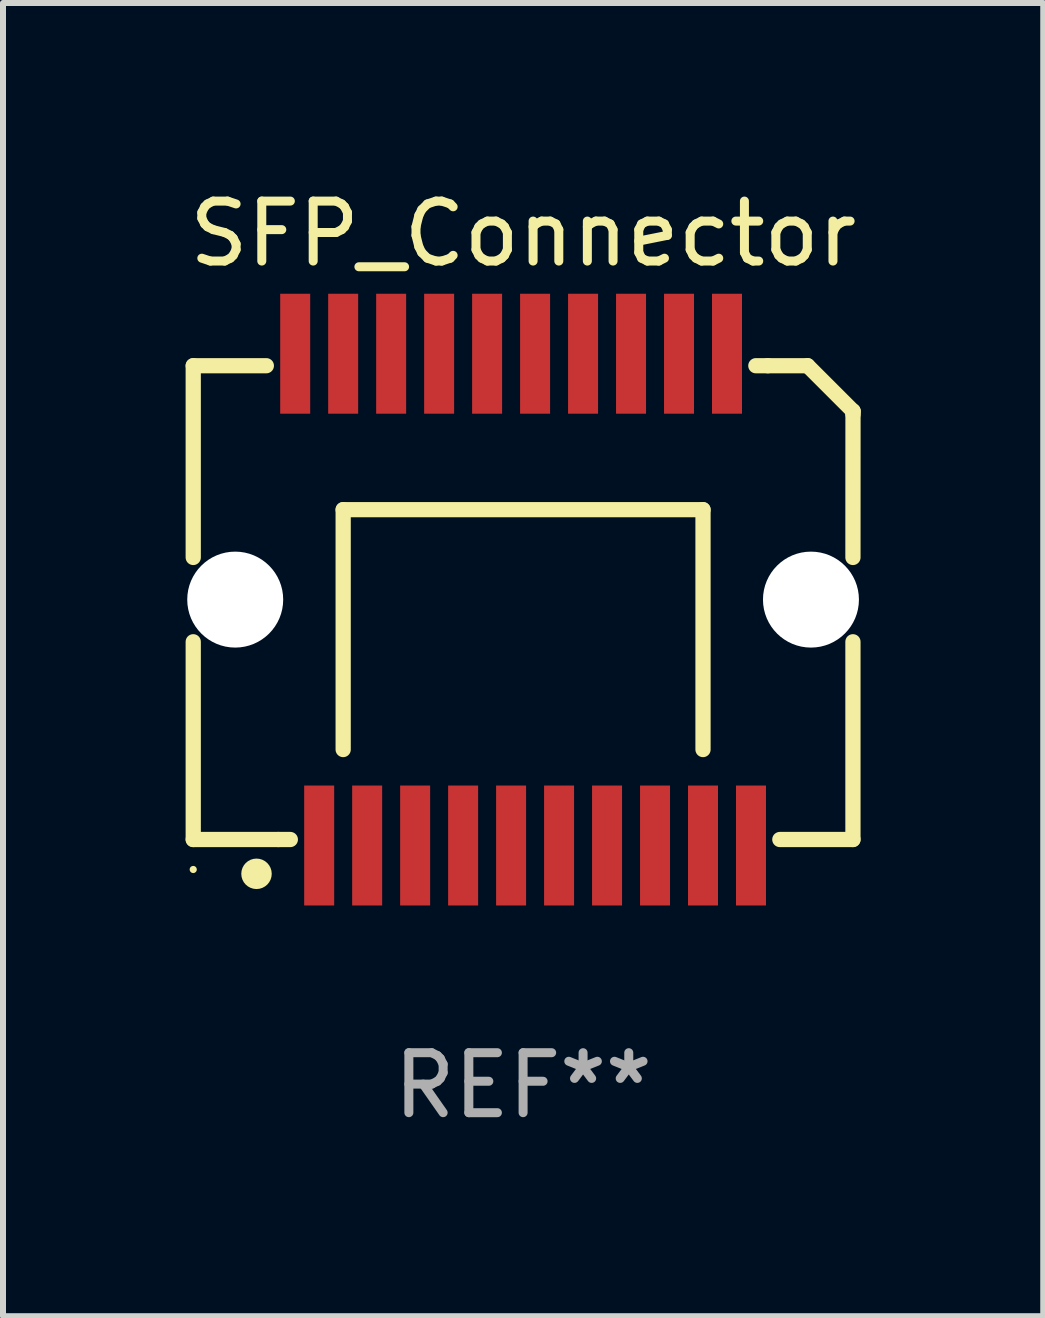
<source format=kicad_pcb>
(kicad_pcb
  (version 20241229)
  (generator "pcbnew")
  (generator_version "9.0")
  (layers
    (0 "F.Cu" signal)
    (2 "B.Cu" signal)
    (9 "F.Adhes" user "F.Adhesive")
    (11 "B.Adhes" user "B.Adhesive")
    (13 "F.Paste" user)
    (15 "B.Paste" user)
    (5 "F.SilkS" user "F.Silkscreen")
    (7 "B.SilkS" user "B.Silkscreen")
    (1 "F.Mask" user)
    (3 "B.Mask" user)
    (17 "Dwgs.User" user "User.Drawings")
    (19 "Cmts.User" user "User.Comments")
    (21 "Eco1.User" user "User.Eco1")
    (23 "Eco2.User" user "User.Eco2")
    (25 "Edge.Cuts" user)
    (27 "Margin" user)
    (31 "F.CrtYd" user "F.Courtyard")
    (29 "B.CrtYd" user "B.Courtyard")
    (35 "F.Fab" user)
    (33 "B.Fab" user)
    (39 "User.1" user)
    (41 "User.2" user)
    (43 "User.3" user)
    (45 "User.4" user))
  (footprint "SFP_Connector"
    (layer "F.Cu")
    (at 5.672 6.948)
    (property "Reference" "SFP_Connector" (at 0.000216 -6.1 0) (layer "F.SilkS") (effects (font (size 1 1) (thickness 0.15))))
    (attr through_hole)
    (fp_line (start -5.5 -3.9) (end -5.5 -0.703) (stroke (width 0.254) (type solid)) (layer "F.SilkS"))
    (fp_line (start -5.5 -3.9) (end -4.281 -3.9) (stroke (width 0.254) (type solid)) (layer "F.SilkS"))
    (fp_line (start -5.5 0.703) (end -5.5 4) (stroke (width 0.254) (type solid)) (layer "F.SilkS"))
    (fp_line (start -5.5 4) (end -4.081 4) (stroke (width 0.254) (type solid)) (layer "F.SilkS"))
    (fp_line (start -3.881 4) (end -4.081 4) (stroke (width 0.254) (type solid)) (layer "F.SilkS"))
    (fp_line (start -3 -1.5) (end 3 -1.5) (stroke (width 0.254) (type solid)) (layer "F.SilkS"))
    (fp_line (start -3 2.5) (end -3 -1.5) (stroke (width 0.254) (type solid)) (layer "F.SilkS"))
    (fp_line (start 3 -1.5) (end 3 2.5) (stroke (width 0.254) (type solid)) (layer "F.SilkS"))
    (fp_line (start 3.881 -3.9) (end 4.081 -3.9) (stroke (width 0.254) (type solid)) (layer "F.SilkS"))
    (fp_line (start 4.081 -3.9) (end 4.744 -3.9) (stroke (width 0.254) (type solid)) (layer "F.SilkS"))
    (fp_line (start 4.744 -3.901) (end 5.501 -3.144) (stroke (width 0.254) (type solid)) (layer "F.SilkS"))
    (fp_line (start 5.5 0.703) (end 5.5 4) (stroke (width 0.254) (type solid)) (layer "F.SilkS"))
    (fp_line (start 5.5 4) (end 4.281 4) (stroke (width 0.254) (type solid)) (layer "F.SilkS"))
    (fp_line (start 5.501 -3.144) (end 5.5 -0.703) (stroke (width 0.254) (type solid)) (layer "F.SilkS"))
    (fp_line (start 5.501 -3.144) (end 5.501 -3.091) (stroke (width 0.254) (type solid)) (layer "F.SilkS"))
    (fp_circle (center -5.5 4.5) (end -5.47 4.5) (stroke (width 0.06) (type solid)) (fill no) (layer "F.SilkS"))
    (fp_circle (center -4.445 4.572) (end -4.318 4.572) (stroke (width 0.254) (type solid)) (fill no) (layer "F.SilkS"))
    (fp_circle (center -4.8 -0.000127) (end -4.45 -0.000127) (stroke (width 0.7) (type solid)) (fill no) (layer "F.Fab"))
    (fp_circle (center 4.8 -0.000127) (end 5.15 -0.000127) (stroke (width 0.7) (type solid)) (fill no) (layer "F.Fab"))
    (fp_text user "REF**" (at 0.000216 8.1 0) (layer "F.Fab") (effects (font (size 1 1) (thickness 0.15))))
    (pad "" np_thru_hole circle (at -4.8 -0.000127) (size 1.6 1.6) (drill 1.6) (layers "*.Cu" "*.Mask"))
    (pad "" np_thru_hole circle (at 4.8 -0.000127) (size 1.6 1.6) (drill 1.6) (layers "*.Cu" "*.Mask"))
    (pad "1" smd rect (at -3.4 4.1 90) (size 2 0.5) (layers "F.Cu" "F.Mask" "F.Paste"))
    (pad "2" smd rect (at -2.6 4.1 90) (size 2 0.5) (layers "F.Cu" "F.Mask" "F.Paste"))
    (pad "3" smd rect (at -1.8 4.1 90) (size 2 0.5) (layers "F.Cu" "F.Mask" "F.Paste"))
    (pad "4" smd rect (at -1 4.1 90) (size 2 0.5) (layers "F.Cu" "F.Mask" "F.Paste"))
    (pad "5" smd rect (at -0.2 4.1 90) (size 2 0.5) (layers "F.Cu" "F.Mask" "F.Paste"))
    (pad "6" smd rect (at 0.6 4.1 90) (size 2 0.5) (layers "F.Cu" "F.Mask" "F.Paste"))
    (pad "7" smd rect (at 1.4 4.1 90) (size 2 0.5) (layers "F.Cu" "F.Mask" "F.Paste"))
    (pad "8" smd rect (at 2.2 4.1 90) (size 2 0.5) (layers "F.Cu" "F.Mask" "F.Paste"))
    (pad "9" smd rect (at 3 4.1 90) (size 2 0.5) (layers "F.Cu" "F.Mask" "F.Paste"))
    (pad "10" smd rect (at 3.8 4.1 90) (size 2 0.5) (layers "F.Cu" "F.Mask" "F.Paste"))
    (pad "11" smd rect (at 3.4 -4.1 90) (size 2 0.5) (layers "F.Cu" "F.Mask" "F.Paste"))
    (pad "12" smd rect (at 2.6 -4.1 90) (size 2 0.5) (layers "F.Cu" "F.Mask" "F.Paste"))
    (pad "13" smd rect (at 1.8 -4.1 90) (size 2 0.5) (layers "F.Cu" "F.Mask" "F.Paste"))
    (pad "14" smd rect (at 1 -4.1 90) (size 2 0.5) (layers "F.Cu" "F.Mask" "F.Paste"))
    (pad "15" smd rect (at 0.2 -4.1 90) (size 2 0.5) (layers "F.Cu" "F.Mask" "F.Paste"))
    (pad "16" smd rect (at -0.6 -4.1 90) (size 2 0.5) (layers "F.Cu" "F.Mask" "F.Paste"))
    (pad "17" smd rect (at -1.4 -4.1 90) (size 2 0.5) (layers "F.Cu" "F.Mask" "F.Paste"))
    (pad "18" smd rect (at -2.2 -4.1 90) (size 2 0.5) (layers "F.Cu" "F.Mask" "F.Paste"))
    (pad "19" smd rect (at -3 -4.1 90) (size 2 0.5) (layers "F.Cu" "F.Mask" "F.Paste"))
    (pad "20" smd rect (at -3.8 -4.1 90) (size 2 0.5) (layers "F.Cu" "F.Mask" "F.Paste")))
  (gr_rect
    (start -3 -3)
    (end 14.345 18.896)
    (stroke (width 0.1) (type default))
    (fill no)
    (layer "Edge.Cuts")))
</source>
